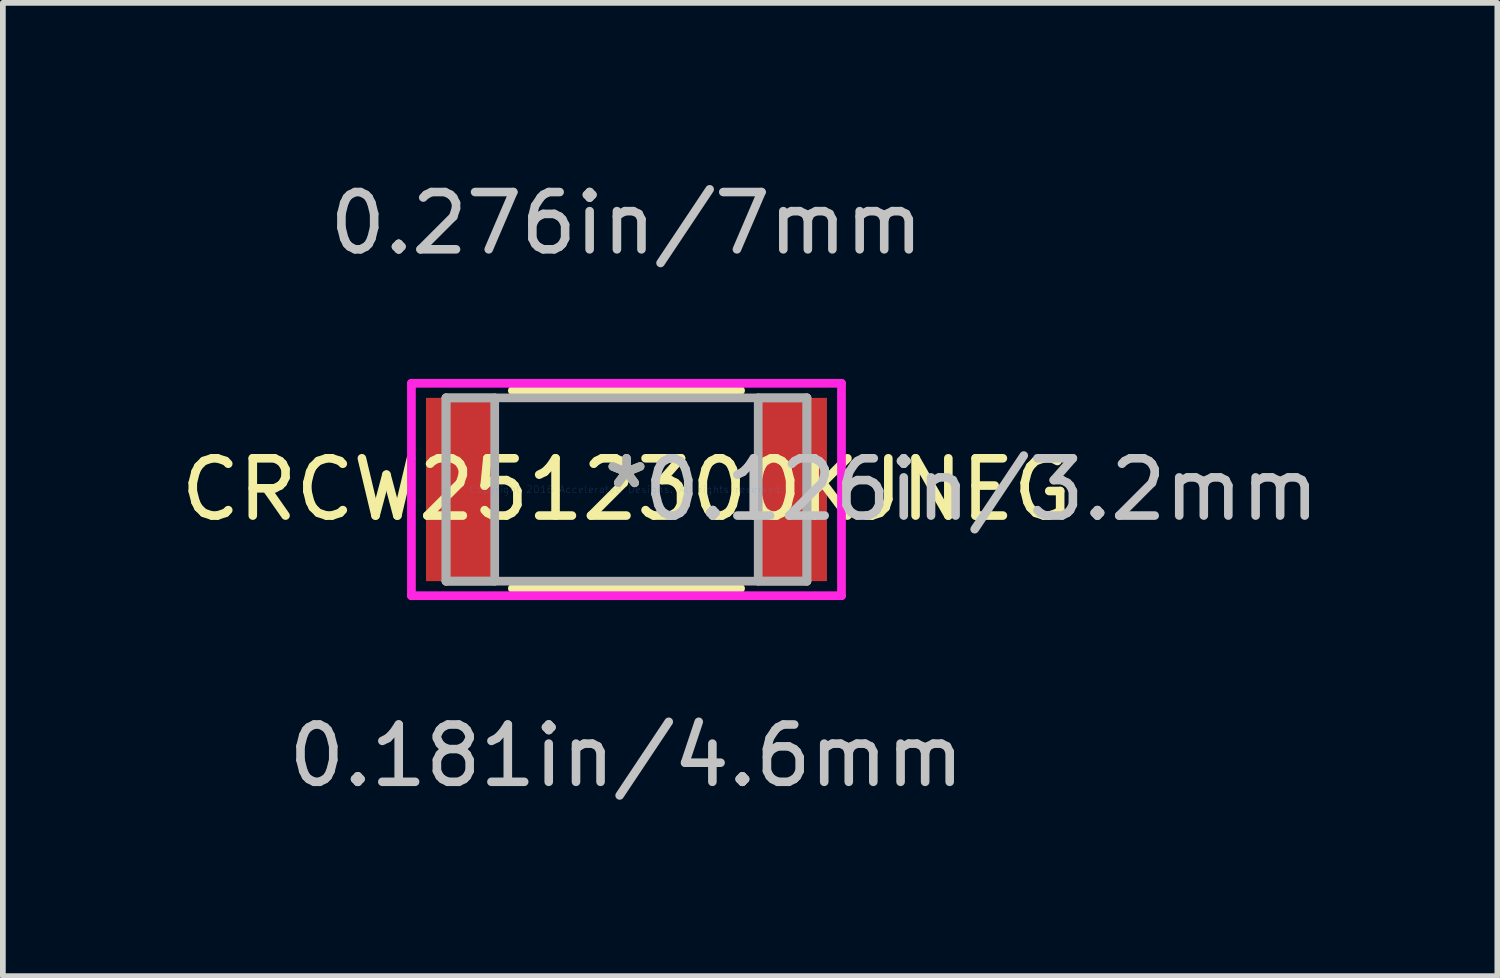
<source format=kicad_pcb>
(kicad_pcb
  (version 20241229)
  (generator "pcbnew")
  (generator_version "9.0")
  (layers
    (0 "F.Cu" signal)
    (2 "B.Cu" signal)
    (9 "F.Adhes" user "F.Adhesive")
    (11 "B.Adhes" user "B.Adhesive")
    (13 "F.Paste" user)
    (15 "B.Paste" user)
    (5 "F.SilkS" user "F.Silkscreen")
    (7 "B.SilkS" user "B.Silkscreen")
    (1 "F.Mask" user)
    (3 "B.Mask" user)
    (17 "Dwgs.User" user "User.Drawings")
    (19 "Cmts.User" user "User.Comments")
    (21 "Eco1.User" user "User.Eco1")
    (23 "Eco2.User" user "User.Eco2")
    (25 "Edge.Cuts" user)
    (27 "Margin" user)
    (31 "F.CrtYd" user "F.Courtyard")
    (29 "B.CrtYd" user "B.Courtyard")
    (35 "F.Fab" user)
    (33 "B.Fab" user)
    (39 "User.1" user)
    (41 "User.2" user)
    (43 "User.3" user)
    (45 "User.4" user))
  (footprint "CRCW2512300KJNEG"
    (layer "F.Cu")
    (at 7.887 5.496)
    (property "Reference" "CRCW2512300KJNEG" (at 0 0 0) (layer "F.SilkS") (effects (font (size 1 1) (thickness 0.15))))
    (attr through_hole)
    (fp_line (start -1.992 1.727) (end 1.992 1.727) (stroke (width 0.152) (type solid)) (layer "F.SilkS"))
    (fp_line (start 1.992 -1.727) (end -1.992 -1.727) (stroke (width 0.152) (type solid)) (layer "F.SilkS"))
    (fp_line (start -3.754 -1.854) (end 3.754 -1.854) (stroke (width 0.152) (type solid)) (layer "F.CrtYd"))
    (fp_line (start -3.754 1.854) (end -3.754 -1.854) (stroke (width 0.152) (type solid)) (layer "F.CrtYd"))
    (fp_line (start 3.754 -1.854) (end 3.754 1.854) (stroke (width 0.152) (type solid)) (layer "F.CrtYd"))
    (fp_line (start 3.754 1.854) (end -3.754 1.854) (stroke (width 0.152) (type solid)) (layer "F.CrtYd"))
    (fp_line (start -3.15 -1.6) (end -3.15 1.6) (stroke (width 0.152) (type solid)) (layer "F.Fab"))
    (fp_line (start -3.15 -1.6) (end -3.15 1.6) (stroke (width 0.152) (type solid)) (layer "F.Fab"))
    (fp_line (start -3.15 1.6) (end -2.3 1.6) (stroke (width 0.152) (type solid)) (layer "F.Fab"))
    (fp_line (start -3.15 1.6) (end 3.15 1.6) (stroke (width 0.152) (type solid)) (layer "F.Fab"))
    (fp_line (start -2.3 -1.6) (end -3.15 -1.6) (stroke (width 0.152) (type solid)) (layer "F.Fab"))
    (fp_line (start -2.3 1.6) (end -2.3 -1.6) (stroke (width 0.152) (type solid)) (layer "F.Fab"))
    (fp_line (start 2.3 -1.6) (end 2.3 1.6) (stroke (width 0.152) (type solid)) (layer "F.Fab"))
    (fp_line (start 2.3 1.6) (end 3.15 1.6) (stroke (width 0.152) (type solid)) (layer "F.Fab"))
    (fp_line (start 3.15 -1.6) (end -3.15 -1.6) (stroke (width 0.152) (type solid)) (layer "F.Fab"))
    (fp_line (start 3.15 -1.6) (end 2.3 -1.6) (stroke (width 0.152) (type solid)) (layer "F.Fab"))
    (fp_line (start 3.15 1.6) (end 3.15 -1.6) (stroke (width 0.152) (type solid)) (layer "F.Fab"))
    (fp_line (start 3.15 1.6) (end 3.15 -1.6) (stroke (width 0.152) (type solid)) (layer "F.Fab"))
    (fp_text user "*" (at 0 0 0) (layer "F.SilkS") (effects (font (size 1 1) (thickness 0.15))))
    (fp_text user "0.181in/4.6mm" (at 0 4.648 0) (layer "Dwgs.User") (effects (font (size 1 1) (thickness 0.15))))
    (fp_text user "0.276in/7mm" (at 0 -4.648 0) (layer "Dwgs.User") (effects (font (size 1 1) (thickness 0.15))))
    (fp_text user "0.126in/3.2mm" (at 6.198 0 0) (layer "Dwgs.User") (effects (font (size 1 1) (thickness 0.15))))
    (fp_text user "Copyright 2016 Accelerated Designs. All rights reserved." (at 0 0 0) (layer "Cmts.User") (effects (font (size 0.127 0.127) (thickness 0.002))))
    (fp_text user "*" (at 0 0 0) (layer "F.Fab") (effects (font (size 1 1) (thickness 0.15))))
    (pad "1" smd rect (at -2.9 0) (size 1.2 3.2) (layers "F.Cu" "F.Mask" "F.Paste"))
    (pad "2" smd rect (at 2.9 0) (size 1.2 3.2) (layers "F.Cu" "F.Mask" "F.Paste")))
  (gr_rect
    (start -3 -3)
    (end 23.091 13.992)
    (stroke (width 0.1) (type default))
    (fill no)
    (layer "Edge.Cuts")))
</source>
